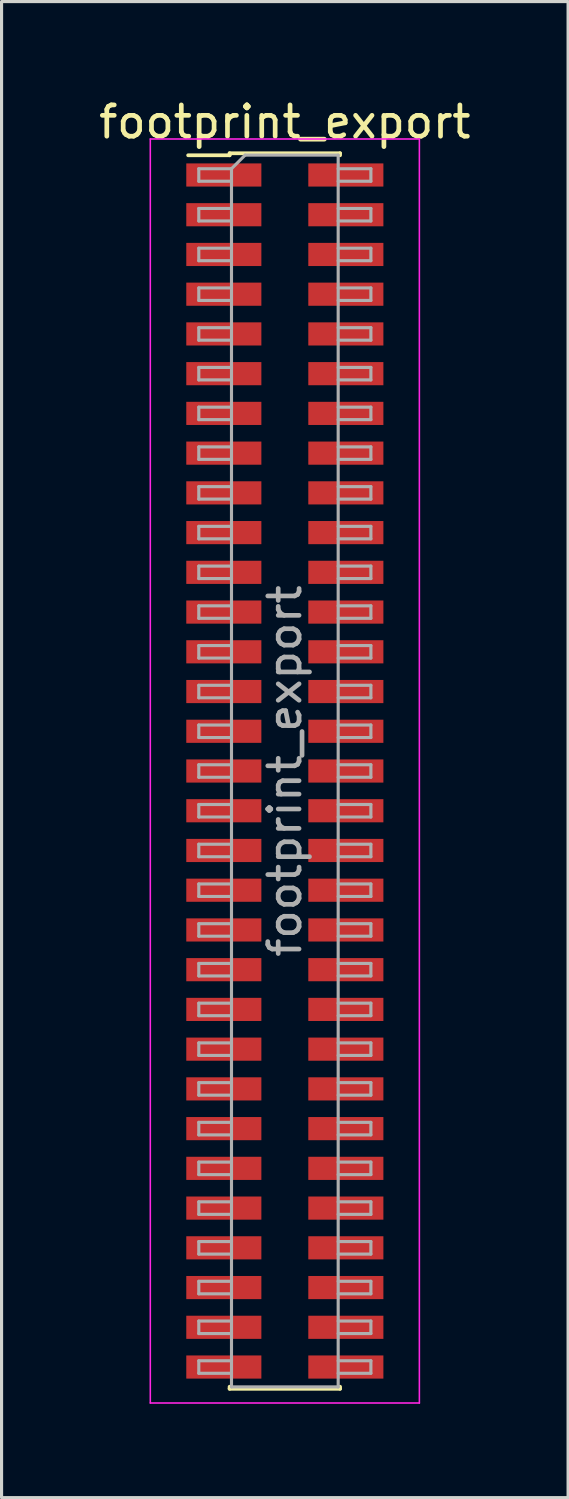
<source format=kicad_pcb>
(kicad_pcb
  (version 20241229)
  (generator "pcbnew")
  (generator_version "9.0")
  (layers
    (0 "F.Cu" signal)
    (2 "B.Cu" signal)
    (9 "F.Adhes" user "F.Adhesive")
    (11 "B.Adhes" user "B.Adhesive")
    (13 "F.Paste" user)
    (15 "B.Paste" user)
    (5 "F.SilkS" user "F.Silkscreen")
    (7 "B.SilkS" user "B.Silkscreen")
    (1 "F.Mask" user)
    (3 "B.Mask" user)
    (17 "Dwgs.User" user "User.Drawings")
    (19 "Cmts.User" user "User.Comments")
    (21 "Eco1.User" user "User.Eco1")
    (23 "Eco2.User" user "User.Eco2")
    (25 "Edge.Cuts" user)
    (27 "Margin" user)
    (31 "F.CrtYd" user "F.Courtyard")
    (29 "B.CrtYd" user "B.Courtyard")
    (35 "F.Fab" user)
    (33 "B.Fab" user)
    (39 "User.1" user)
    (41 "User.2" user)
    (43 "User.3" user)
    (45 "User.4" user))
  (footprint "footprint_export"
    (layer "F.Cu")
    (at 6.054 21.593)
    (property "Reference" "footprint_export" (at 0 -20.745 0) (layer "F.SilkS") (effects (font (size 1 1) (thickness 0.15))))
    (attr smd)
    (fp_line (start -3.09 -19.68) (end -1.765 -19.68) (stroke (width 0.12) (type solid)) (layer "F.SilkS"))
    (fp_line (start -1.765 -19.745) (end -1.765 -19.68) (stroke (width 0.12) (type solid)) (layer "F.SilkS"))
    (fp_line (start -1.765 -19.745) (end 1.765 -19.745) (stroke (width 0.12) (type solid)) (layer "F.SilkS"))
    (fp_line (start -1.765 19.68) (end -1.765 19.745) (stroke (width 0.12) (type solid)) (layer "F.SilkS"))
    (fp_line (start -1.765 19.745) (end 1.765 19.745) (stroke (width 0.12) (type solid)) (layer "F.SilkS"))
    (fp_line (start 1.765 -19.745) (end 1.765 -19.68) (stroke (width 0.12) (type solid)) (layer "F.SilkS"))
    (fp_line (start 1.765 19.68) (end 1.765 19.745) (stroke (width 0.12) (type solid)) (layer "F.SilkS"))
    (fp_line (start -4.3 -20.2) (end -4.3 20.2) (stroke (width 0.05) (type solid)) (layer "F.CrtYd"))
    (fp_line (start -4.3 20.2) (end 4.3 20.2) (stroke (width 0.05) (type solid)) (layer "F.CrtYd"))
    (fp_line (start 4.3 -20.2) (end -4.3 -20.2) (stroke (width 0.05) (type solid)) (layer "F.CrtYd"))
    (fp_line (start 4.3 20.2) (end 4.3 -20.2) (stroke (width 0.05) (type solid)) (layer "F.CrtYd"))
    (fp_line (start -2.75 -19.25) (end -2.75 -18.85) (stroke (width 0.1) (type solid)) (layer "F.Fab"))
    (fp_line (start -2.75 -18.85) (end -1.705 -18.85) (stroke (width 0.1) (type solid)) (layer "F.Fab"))
    (fp_line (start -2.75 -17.98) (end -2.75 -17.58) (stroke (width 0.1) (type solid)) (layer "F.Fab"))
    (fp_line (start -2.75 -17.58) (end -1.705 -17.58) (stroke (width 0.1) (type solid)) (layer "F.Fab"))
    (fp_line (start -2.75 -16.71) (end -2.75 -16.31) (stroke (width 0.1) (type solid)) (layer "F.Fab"))
    (fp_line (start -2.75 -16.31) (end -1.705 -16.31) (stroke (width 0.1) (type solid)) (layer "F.Fab"))
    (fp_line (start -2.75 -15.44) (end -2.75 -15.04) (stroke (width 0.1) (type solid)) (layer "F.Fab"))
    (fp_line (start -2.75 -15.04) (end -1.705 -15.04) (stroke (width 0.1) (type solid)) (layer "F.Fab"))
    (fp_line (start -2.75 -14.17) (end -2.75 -13.77) (stroke (width 0.1) (type solid)) (layer "F.Fab"))
    (fp_line (start -2.75 -13.77) (end -1.705 -13.77) (stroke (width 0.1) (type solid)) (layer "F.Fab"))
    (fp_line (start -2.75 -12.9) (end -2.75 -12.5) (stroke (width 0.1) (type solid)) (layer "F.Fab"))
    (fp_line (start -2.75 -12.5) (end -1.705 -12.5) (stroke (width 0.1) (type solid)) (layer "F.Fab"))
    (fp_line (start -2.75 -11.63) (end -2.75 -11.23) (stroke (width 0.1) (type solid)) (layer "F.Fab"))
    (fp_line (start -2.75 -11.23) (end -1.705 -11.23) (stroke (width 0.1) (type solid)) (layer "F.Fab"))
    (fp_line (start -2.75 -10.36) (end -2.75 -9.96) (stroke (width 0.1) (type solid)) (layer "F.Fab"))
    (fp_line (start -2.75 -9.96) (end -1.705 -9.96) (stroke (width 0.1) (type solid)) (layer "F.Fab"))
    (fp_line (start -2.75 -9.09) (end -2.75 -8.69) (stroke (width 0.1) (type solid)) (layer "F.Fab"))
    (fp_line (start -2.75 -8.69) (end -1.705 -8.69) (stroke (width 0.1) (type solid)) (layer "F.Fab"))
    (fp_line (start -2.75 -7.82) (end -2.75 -7.42) (stroke (width 0.1) (type solid)) (layer "F.Fab"))
    (fp_line (start -2.75 -7.42) (end -1.705 -7.42) (stroke (width 0.1) (type solid)) (layer "F.Fab"))
    (fp_line (start -2.75 -6.55) (end -2.75 -6.15) (stroke (width 0.1) (type solid)) (layer "F.Fab"))
    (fp_line (start -2.75 -6.15) (end -1.705 -6.15) (stroke (width 0.1) (type solid)) (layer "F.Fab"))
    (fp_line (start -2.75 -5.28) (end -2.75 -4.88) (stroke (width 0.1) (type solid)) (layer "F.Fab"))
    (fp_line (start -2.75 -4.88) (end -1.705 -4.88) (stroke (width 0.1) (type solid)) (layer "F.Fab"))
    (fp_line (start -2.75 -4.01) (end -2.75 -3.61) (stroke (width 0.1) (type solid)) (layer "F.Fab"))
    (fp_line (start -2.75 -3.61) (end -1.705 -3.61) (stroke (width 0.1) (type solid)) (layer "F.Fab"))
    (fp_line (start -2.75 -2.74) (end -2.75 -2.34) (stroke (width 0.1) (type solid)) (layer "F.Fab"))
    (fp_line (start -2.75 -2.34) (end -1.705 -2.34) (stroke (width 0.1) (type solid)) (layer "F.Fab"))
    (fp_line (start -2.75 -1.47) (end -2.75 -1.07) (stroke (width 0.1) (type solid)) (layer "F.Fab"))
    (fp_line (start -2.75 -1.07) (end -1.705 -1.07) (stroke (width 0.1) (type solid)) (layer "F.Fab"))
    (fp_line (start -2.75 -0.2) (end -2.75 0.2) (stroke (width 0.1) (type solid)) (layer "F.Fab"))
    (fp_line (start -2.75 0.2) (end -1.705 0.2) (stroke (width 0.1) (type solid)) (layer "F.Fab"))
    (fp_line (start -2.75 1.07) (end -2.75 1.47) (stroke (width 0.1) (type solid)) (layer "F.Fab"))
    (fp_line (start -2.75 1.47) (end -1.705 1.47) (stroke (width 0.1) (type solid)) (layer "F.Fab"))
    (fp_line (start -2.75 2.34) (end -2.75 2.74) (stroke (width 0.1) (type solid)) (layer "F.Fab"))
    (fp_line (start -2.75 2.74) (end -1.705 2.74) (stroke (width 0.1) (type solid)) (layer "F.Fab"))
    (fp_line (start -2.75 3.61) (end -2.75 4.01) (stroke (width 0.1) (type solid)) (layer "F.Fab"))
    (fp_line (start -2.75 4.01) (end -1.705 4.01) (stroke (width 0.1) (type solid)) (layer "F.Fab"))
    (fp_line (start -2.75 4.88) (end -2.75 5.28) (stroke (width 0.1) (type solid)) (layer "F.Fab"))
    (fp_line (start -2.75 5.28) (end -1.705 5.28) (stroke (width 0.1) (type solid)) (layer "F.Fab"))
    (fp_line (start -2.75 6.15) (end -2.75 6.55) (stroke (width 0.1) (type solid)) (layer "F.Fab"))
    (fp_line (start -2.75 6.55) (end -1.705 6.55) (stroke (width 0.1) (type solid)) (layer "F.Fab"))
    (fp_line (start -2.75 7.42) (end -2.75 7.82) (stroke (width 0.1) (type solid)) (layer "F.Fab"))
    (fp_line (start -2.75 7.82) (end -1.705 7.82) (stroke (width 0.1) (type solid)) (layer "F.Fab"))
    (fp_line (start -2.75 8.69) (end -2.75 9.09) (stroke (width 0.1) (type solid)) (layer "F.Fab"))
    (fp_line (start -2.75 9.09) (end -1.705 9.09) (stroke (width 0.1) (type solid)) (layer "F.Fab"))
    (fp_line (start -2.75 9.96) (end -2.75 10.36) (stroke (width 0.1) (type solid)) (layer "F.Fab"))
    (fp_line (start -2.75 10.36) (end -1.705 10.36) (stroke (width 0.1) (type solid)) (layer "F.Fab"))
    (fp_line (start -2.75 11.23) (end -2.75 11.63) (stroke (width 0.1) (type solid)) (layer "F.Fab"))
    (fp_line (start -2.75 11.63) (end -1.705 11.63) (stroke (width 0.1) (type solid)) (layer "F.Fab"))
    (fp_line (start -2.75 12.5) (end -2.75 12.9) (stroke (width 0.1) (type solid)) (layer "F.Fab"))
    (fp_line (start -2.75 12.9) (end -1.705 12.9) (stroke (width 0.1) (type solid)) (layer "F.Fab"))
    (fp_line (start -2.75 13.77) (end -2.75 14.17) (stroke (width 0.1) (type solid)) (layer "F.Fab"))
    (fp_line (start -2.75 14.17) (end -1.705 14.17) (stroke (width 0.1) (type solid)) (layer "F.Fab"))
    (fp_line (start -2.75 15.04) (end -2.75 15.44) (stroke (width 0.1) (type solid)) (layer "F.Fab"))
    (fp_line (start -2.75 15.44) (end -1.705 15.44) (stroke (width 0.1) (type solid)) (layer "F.Fab"))
    (fp_line (start -2.75 16.31) (end -2.75 16.71) (stroke (width 0.1) (type solid)) (layer "F.Fab"))
    (fp_line (start -2.75 16.71) (end -1.705 16.71) (stroke (width 0.1) (type solid)) (layer "F.Fab"))
    (fp_line (start -2.75 17.58) (end -2.75 17.98) (stroke (width 0.1) (type solid)) (layer "F.Fab"))
    (fp_line (start -2.75 17.98) (end -1.705 17.98) (stroke (width 0.1) (type solid)) (layer "F.Fab"))
    (fp_line (start -2.75 18.85) (end -2.75 19.25) (stroke (width 0.1) (type solid)) (layer "F.Fab"))
    (fp_line (start -2.75 19.25) (end -1.705 19.25) (stroke (width 0.1) (type solid)) (layer "F.Fab"))
    (fp_line (start -1.705 -19.25) (end -2.75 -19.25) (stroke (width 0.1) (type solid)) (layer "F.Fab"))
    (fp_line (start -1.705 -19.25) (end -1.27 -19.685) (stroke (width 0.1) (type solid)) (layer "F.Fab"))
    (fp_line (start -1.705 -17.98) (end -2.75 -17.98) (stroke (width 0.1) (type solid)) (layer "F.Fab"))
    (fp_line (start -1.705 -16.71) (end -2.75 -16.71) (stroke (width 0.1) (type solid)) (layer "F.Fab"))
    (fp_line (start -1.705 -15.44) (end -2.75 -15.44) (stroke (width 0.1) (type solid)) (layer "F.Fab"))
    (fp_line (start -1.705 -14.17) (end -2.75 -14.17) (stroke (width 0.1) (type solid)) (layer "F.Fab"))
    (fp_line (start -1.705 -12.9) (end -2.75 -12.9) (stroke (width 0.1) (type solid)) (layer "F.Fab"))
    (fp_line (start -1.705 -11.63) (end -2.75 -11.63) (stroke (width 0.1) (type solid)) (layer "F.Fab"))
    (fp_line (start -1.705 -10.36) (end -2.75 -10.36) (stroke (width 0.1) (type solid)) (layer "F.Fab"))
    (fp_line (start -1.705 -9.09) (end -2.75 -9.09) (stroke (width 0.1) (type solid)) (layer "F.Fab"))
    (fp_line (start -1.705 -7.82) (end -2.75 -7.82) (stroke (width 0.1) (type solid)) (layer "F.Fab"))
    (fp_line (start -1.705 -6.55) (end -2.75 -6.55) (stroke (width 0.1) (type solid)) (layer "F.Fab"))
    (fp_line (start -1.705 -5.28) (end -2.75 -5.28) (stroke (width 0.1) (type solid)) (layer "F.Fab"))
    (fp_line (start -1.705 -4.01) (end -2.75 -4.01) (stroke (width 0.1) (type solid)) (layer "F.Fab"))
    (fp_line (start -1.705 -2.74) (end -2.75 -2.74) (stroke (width 0.1) (type solid)) (layer "F.Fab"))
    (fp_line (start -1.705 -1.47) (end -2.75 -1.47) (stroke (width 0.1) (type solid)) (layer "F.Fab"))
    (fp_line (start -1.705 -0.2) (end -2.75 -0.2) (stroke (width 0.1) (type solid)) (layer "F.Fab"))
    (fp_line (start -1.705 1.07) (end -2.75 1.07) (stroke (width 0.1) (type solid)) (layer "F.Fab"))
    (fp_line (start -1.705 2.34) (end -2.75 2.34) (stroke (width 0.1) (type solid)) (layer "F.Fab"))
    (fp_line (start -1.705 3.61) (end -2.75 3.61) (stroke (width 0.1) (type solid)) (layer "F.Fab"))
    (fp_line (start -1.705 4.88) (end -2.75 4.88) (stroke (width 0.1) (type solid)) (layer "F.Fab"))
    (fp_line (start -1.705 6.15) (end -2.75 6.15) (stroke (width 0.1) (type solid)) (layer "F.Fab"))
    (fp_line (start -1.705 7.42) (end -2.75 7.42) (stroke (width 0.1) (type solid)) (layer "F.Fab"))
    (fp_line (start -1.705 8.69) (end -2.75 8.69) (stroke (width 0.1) (type solid)) (layer "F.Fab"))
    (fp_line (start -1.705 9.96) (end -2.75 9.96) (stroke (width 0.1) (type solid)) (layer "F.Fab"))
    (fp_line (start -1.705 11.23) (end -2.75 11.23) (stroke (width 0.1) (type solid)) (layer "F.Fab"))
    (fp_line (start -1.705 12.5) (end -2.75 12.5) (stroke (width 0.1) (type solid)) (layer "F.Fab"))
    (fp_line (start -1.705 13.77) (end -2.75 13.77) (stroke (width 0.1) (type solid)) (layer "F.Fab"))
    (fp_line (start -1.705 15.04) (end -2.75 15.04) (stroke (width 0.1) (type solid)) (layer "F.Fab"))
    (fp_line (start -1.705 16.31) (end -2.75 16.31) (stroke (width 0.1) (type solid)) (layer "F.Fab"))
    (fp_line (start -1.705 17.58) (end -2.75 17.58) (stroke (width 0.1) (type solid)) (layer "F.Fab"))
    (fp_line (start -1.705 18.85) (end -2.75 18.85) (stroke (width 0.1) (type solid)) (layer "F.Fab"))
    (fp_line (start -1.705 19.685) (end -1.705 -19.25) (stroke (width 0.1) (type solid)) (layer "F.Fab"))
    (fp_line (start -1.27 -19.685) (end 1.705 -19.685) (stroke (width 0.1) (type solid)) (layer "F.Fab"))
    (fp_line (start 1.705 -19.685) (end 1.705 19.685) (stroke (width 0.1) (type solid)) (layer "F.Fab"))
    (fp_line (start 1.705 -19.25) (end 2.75 -19.25) (stroke (width 0.1) (type solid)) (layer "F.Fab"))
    (fp_line (start 1.705 -17.98) (end 2.75 -17.98) (stroke (width 0.1) (type solid)) (layer "F.Fab"))
    (fp_line (start 1.705 -16.71) (end 2.75 -16.71) (stroke (width 0.1) (type solid)) (layer "F.Fab"))
    (fp_line (start 1.705 -15.44) (end 2.75 -15.44) (stroke (width 0.1) (type solid)) (layer "F.Fab"))
    (fp_line (start 1.705 -14.17) (end 2.75 -14.17) (stroke (width 0.1) (type solid)) (layer "F.Fab"))
    (fp_line (start 1.705 -12.9) (end 2.75 -12.9) (stroke (width 0.1) (type solid)) (layer "F.Fab"))
    (fp_line (start 1.705 -11.63) (end 2.75 -11.63) (stroke (width 0.1) (type solid)) (layer "F.Fab"))
    (fp_line (start 1.705 -10.36) (end 2.75 -10.36) (stroke (width 0.1) (type solid)) (layer "F.Fab"))
    (fp_line (start 1.705 -9.09) (end 2.75 -9.09) (stroke (width 0.1) (type solid)) (layer "F.Fab"))
    (fp_line (start 1.705 -7.82) (end 2.75 -7.82) (stroke (width 0.1) (type solid)) (layer "F.Fab"))
    (fp_line (start 1.705 -6.55) (end 2.75 -6.55) (stroke (width 0.1) (type solid)) (layer "F.Fab"))
    (fp_line (start 1.705 -5.28) (end 2.75 -5.28) (stroke (width 0.1) (type solid)) (layer "F.Fab"))
    (fp_line (start 1.705 -4.01) (end 2.75 -4.01) (stroke (width 0.1) (type solid)) (layer "F.Fab"))
    (fp_line (start 1.705 -2.74) (end 2.75 -2.74) (stroke (width 0.1) (type solid)) (layer "F.Fab"))
    (fp_line (start 1.705 -1.47) (end 2.75 -1.47) (stroke (width 0.1) (type solid)) (layer "F.Fab"))
    (fp_line (start 1.705 -0.2) (end 2.75 -0.2) (stroke (width 0.1) (type solid)) (layer "F.Fab"))
    (fp_line (start 1.705 1.07) (end 2.75 1.07) (stroke (width 0.1) (type solid)) (layer "F.Fab"))
    (fp_line (start 1.705 2.34) (end 2.75 2.34) (stroke (width 0.1) (type solid)) (layer "F.Fab"))
    (fp_line (start 1.705 3.61) (end 2.75 3.61) (stroke (width 0.1) (type solid)) (layer "F.Fab"))
    (fp_line (start 1.705 4.88) (end 2.75 4.88) (stroke (width 0.1) (type solid)) (layer "F.Fab"))
    (fp_line (start 1.705 6.15) (end 2.75 6.15) (stroke (width 0.1) (type solid)) (layer "F.Fab"))
    (fp_line (start 1.705 7.42) (end 2.75 7.42) (stroke (width 0.1) (type solid)) (layer "F.Fab"))
    (fp_line (start 1.705 8.69) (end 2.75 8.69) (stroke (width 0.1) (type solid)) (layer "F.Fab"))
    (fp_line (start 1.705 9.96) (end 2.75 9.96) (stroke (width 0.1) (type solid)) (layer "F.Fab"))
    (fp_line (start 1.705 11.23) (end 2.75 11.23) (stroke (width 0.1) (type solid)) (layer "F.Fab"))
    (fp_line (start 1.705 12.5) (end 2.75 12.5) (stroke (width 0.1) (type solid)) (layer "F.Fab"))
    (fp_line (start 1.705 13.77) (end 2.75 13.77) (stroke (width 0.1) (type solid)) (layer "F.Fab"))
    (fp_line (start 1.705 15.04) (end 2.75 15.04) (stroke (width 0.1) (type solid)) (layer "F.Fab"))
    (fp_line (start 1.705 16.31) (end 2.75 16.31) (stroke (width 0.1) (type solid)) (layer "F.Fab"))
    (fp_line (start 1.705 17.58) (end 2.75 17.58) (stroke (width 0.1) (type solid)) (layer "F.Fab"))
    (fp_line (start 1.705 18.85) (end 2.75 18.85) (stroke (width 0.1) (type solid)) (layer "F.Fab"))
    (fp_line (start 1.705 19.685) (end -1.705 19.685) (stroke (width 0.1) (type solid)) (layer "F.Fab"))
    (fp_line (start 2.75 -19.25) (end 2.75 -18.85) (stroke (width 0.1) (type solid)) (layer "F.Fab"))
    (fp_line (start 2.75 -18.85) (end 1.705 -18.85) (stroke (width 0.1) (type solid)) (layer "F.Fab"))
    (fp_line (start 2.75 -17.98) (end 2.75 -17.58) (stroke (width 0.1) (type solid)) (layer "F.Fab"))
    (fp_line (start 2.75 -17.58) (end 1.705 -17.58) (stroke (width 0.1) (type solid)) (layer "F.Fab"))
    (fp_line (start 2.75 -16.71) (end 2.75 -16.31) (stroke (width 0.1) (type solid)) (layer "F.Fab"))
    (fp_line (start 2.75 -16.31) (end 1.705 -16.31) (stroke (width 0.1) (type solid)) (layer "F.Fab"))
    (fp_line (start 2.75 -15.44) (end 2.75 -15.04) (stroke (width 0.1) (type solid)) (layer "F.Fab"))
    (fp_line (start 2.75 -15.04) (end 1.705 -15.04) (stroke (width 0.1) (type solid)) (layer "F.Fab"))
    (fp_line (start 2.75 -14.17) (end 2.75 -13.77) (stroke (width 0.1) (type solid)) (layer "F.Fab"))
    (fp_line (start 2.75 -13.77) (end 1.705 -13.77) (stroke (width 0.1) (type solid)) (layer "F.Fab"))
    (fp_line (start 2.75 -12.9) (end 2.75 -12.5) (stroke (width 0.1) (type solid)) (layer "F.Fab"))
    (fp_line (start 2.75 -12.5) (end 1.705 -12.5) (stroke (width 0.1) (type solid)) (layer "F.Fab"))
    (fp_line (start 2.75 -11.63) (end 2.75 -11.23) (stroke (width 0.1) (type solid)) (layer "F.Fab"))
    (fp_line (start 2.75 -11.23) (end 1.705 -11.23) (stroke (width 0.1) (type solid)) (layer "F.Fab"))
    (fp_line (start 2.75 -10.36) (end 2.75 -9.96) (stroke (width 0.1) (type solid)) (layer "F.Fab"))
    (fp_line (start 2.75 -9.96) (end 1.705 -9.96) (stroke (width 0.1) (type solid)) (layer "F.Fab"))
    (fp_line (start 2.75 -9.09) (end 2.75 -8.69) (stroke (width 0.1) (type solid)) (layer "F.Fab"))
    (fp_line (start 2.75 -8.69) (end 1.705 -8.69) (stroke (width 0.1) (type solid)) (layer "F.Fab"))
    (fp_line (start 2.75 -7.82) (end 2.75 -7.42) (stroke (width 0.1) (type solid)) (layer "F.Fab"))
    (fp_line (start 2.75 -7.42) (end 1.705 -7.42) (stroke (width 0.1) (type solid)) (layer "F.Fab"))
    (fp_line (start 2.75 -6.55) (end 2.75 -6.15) (stroke (width 0.1) (type solid)) (layer "F.Fab"))
    (fp_line (start 2.75 -6.15) (end 1.705 -6.15) (stroke (width 0.1) (type solid)) (layer "F.Fab"))
    (fp_line (start 2.75 -5.28) (end 2.75 -4.88) (stroke (width 0.1) (type solid)) (layer "F.Fab"))
    (fp_line (start 2.75 -4.88) (end 1.705 -4.88) (stroke (width 0.1) (type solid)) (layer "F.Fab"))
    (fp_line (start 2.75 -4.01) (end 2.75 -3.61) (stroke (width 0.1) (type solid)) (layer "F.Fab"))
    (fp_line (start 2.75 -3.61) (end 1.705 -3.61) (stroke (width 0.1) (type solid)) (layer "F.Fab"))
    (fp_line (start 2.75 -2.74) (end 2.75 -2.34) (stroke (width 0.1) (type solid)) (layer "F.Fab"))
    (fp_line (start 2.75 -2.34) (end 1.705 -2.34) (stroke (width 0.1) (type solid)) (layer "F.Fab"))
    (fp_line (start 2.75 -1.47) (end 2.75 -1.07) (stroke (width 0.1) (type solid)) (layer "F.Fab"))
    (fp_line (start 2.75 -1.07) (end 1.705 -1.07) (stroke (width 0.1) (type solid)) (layer "F.Fab"))
    (fp_line (start 2.75 -0.2) (end 2.75 0.2) (stroke (width 0.1) (type solid)) (layer "F.Fab"))
    (fp_line (start 2.75 0.2) (end 1.705 0.2) (stroke (width 0.1) (type solid)) (layer "F.Fab"))
    (fp_line (start 2.75 1.07) (end 2.75 1.47) (stroke (width 0.1) (type solid)) (layer "F.Fab"))
    (fp_line (start 2.75 1.47) (end 1.705 1.47) (stroke (width 0.1) (type solid)) (layer "F.Fab"))
    (fp_line (start 2.75 2.34) (end 2.75 2.74) (stroke (width 0.1) (type solid)) (layer "F.Fab"))
    (fp_line (start 2.75 2.74) (end 1.705 2.74) (stroke (width 0.1) (type solid)) (layer "F.Fab"))
    (fp_line (start 2.75 3.61) (end 2.75 4.01) (stroke (width 0.1) (type solid)) (layer "F.Fab"))
    (fp_line (start 2.75 4.01) (end 1.705 4.01) (stroke (width 0.1) (type solid)) (layer "F.Fab"))
    (fp_line (start 2.75 4.88) (end 2.75 5.28) (stroke (width 0.1) (type solid)) (layer "F.Fab"))
    (fp_line (start 2.75 5.28) (end 1.705 5.28) (stroke (width 0.1) (type solid)) (layer "F.Fab"))
    (fp_line (start 2.75 6.15) (end 2.75 6.55) (stroke (width 0.1) (type solid)) (layer "F.Fab"))
    (fp_line (start 2.75 6.55) (end 1.705 6.55) (stroke (width 0.1) (type solid)) (layer "F.Fab"))
    (fp_line (start 2.75 7.42) (end 2.75 7.82) (stroke (width 0.1) (type solid)) (layer "F.Fab"))
    (fp_line (start 2.75 7.82) (end 1.705 7.82) (stroke (width 0.1) (type solid)) (layer "F.Fab"))
    (fp_line (start 2.75 8.69) (end 2.75 9.09) (stroke (width 0.1) (type solid)) (layer "F.Fab"))
    (fp_line (start 2.75 9.09) (end 1.705 9.09) (stroke (width 0.1) (type solid)) (layer "F.Fab"))
    (fp_line (start 2.75 9.96) (end 2.75 10.36) (stroke (width 0.1) (type solid)) (layer "F.Fab"))
    (fp_line (start 2.75 10.36) (end 1.705 10.36) (stroke (width 0.1) (type solid)) (layer "F.Fab"))
    (fp_line (start 2.75 11.23) (end 2.75 11.63) (stroke (width 0.1) (type solid)) (layer "F.Fab"))
    (fp_line (start 2.75 11.63) (end 1.705 11.63) (stroke (width 0.1) (type solid)) (layer "F.Fab"))
    (fp_line (start 2.75 12.5) (end 2.75 12.9) (stroke (width 0.1) (type solid)) (layer "F.Fab"))
    (fp_line (start 2.75 12.9) (end 1.705 12.9) (stroke (width 0.1) (type solid)) (layer "F.Fab"))
    (fp_line (start 2.75 13.77) (end 2.75 14.17) (stroke (width 0.1) (type solid)) (layer "F.Fab"))
    (fp_line (start 2.75 14.17) (end 1.705 14.17) (stroke (width 0.1) (type solid)) (layer "F.Fab"))
    (fp_line (start 2.75 15.04) (end 2.75 15.44) (stroke (width 0.1) (type solid)) (layer "F.Fab"))
    (fp_line (start 2.75 15.44) (end 1.705 15.44) (stroke (width 0.1) (type solid)) (layer "F.Fab"))
    (fp_line (start 2.75 16.31) (end 2.75 16.71) (stroke (width 0.1) (type solid)) (layer "F.Fab"))
    (fp_line (start 2.75 16.71) (end 1.705 16.71) (stroke (width 0.1) (type solid)) (layer "F.Fab"))
    (fp_line (start 2.75 17.58) (end 2.75 17.98) (stroke (width 0.1) (type solid)) (layer "F.Fab"))
    (fp_line (start 2.75 17.98) (end 1.705 17.98) (stroke (width 0.1) (type solid)) (layer "F.Fab"))
    (fp_line (start 2.75 18.85) (end 2.75 19.25) (stroke (width 0.1) (type solid)) (layer "F.Fab"))
    (fp_line (start 2.75 19.25) (end 1.705 19.25) (stroke (width 0.1) (type solid)) (layer "F.Fab"))
    (fp_text user "${REFERENCE}" (at 0 0 90) (layer "F.Fab") (effects (font (size 1 1) (thickness 0.15))))
    (pad "1" smd rect (at -1.95 -19.05) (size 2.4 0.74) (layers "F.Cu" "F.Mask" "F.Paste"))
    (pad "2" smd rect (at 1.95 -19.05) (size 2.4 0.74) (layers "F.Cu" "F.Mask" "F.Paste"))
    (pad "3" smd rect (at -1.95 -17.78) (size 2.4 0.74) (layers "F.Cu" "F.Mask" "F.Paste"))
    (pad "4" smd rect (at 1.95 -17.78) (size 2.4 0.74) (layers "F.Cu" "F.Mask" "F.Paste"))
    (pad "5" smd rect (at -1.95 -16.51) (size 2.4 0.74) (layers "F.Cu" "F.Mask" "F.Paste"))
    (pad "6" smd rect (at 1.95 -16.51) (size 2.4 0.74) (layers "F.Cu" "F.Mask" "F.Paste"))
    (pad "7" smd rect (at -1.95 -15.24) (size 2.4 0.74) (layers "F.Cu" "F.Mask" "F.Paste"))
    (pad "8" smd rect (at 1.95 -15.24) (size 2.4 0.74) (layers "F.Cu" "F.Mask" "F.Paste"))
    (pad "9" smd rect (at -1.95 -13.97) (size 2.4 0.74) (layers "F.Cu" "F.Mask" "F.Paste"))
    (pad "10" smd rect (at 1.95 -13.97) (size 2.4 0.74) (layers "F.Cu" "F.Mask" "F.Paste"))
    (pad "11" smd rect (at -1.95 -12.7) (size 2.4 0.74) (layers "F.Cu" "F.Mask" "F.Paste"))
    (pad "12" smd rect (at 1.95 -12.7) (size 2.4 0.74) (layers "F.Cu" "F.Mask" "F.Paste"))
    (pad "13" smd rect (at -1.95 -11.43) (size 2.4 0.74) (layers "F.Cu" "F.Mask" "F.Paste"))
    (pad "14" smd rect (at 1.95 -11.43) (size 2.4 0.74) (layers "F.Cu" "F.Mask" "F.Paste"))
    (pad "15" smd rect (at -1.95 -10.16) (size 2.4 0.74) (layers "F.Cu" "F.Mask" "F.Paste"))
    (pad "16" smd rect (at 1.95 -10.16) (size 2.4 0.74) (layers "F.Cu" "F.Mask" "F.Paste"))
    (pad "17" smd rect (at -1.95 -8.89) (size 2.4 0.74) (layers "F.Cu" "F.Mask" "F.Paste"))
    (pad "18" smd rect (at 1.95 -8.89) (size 2.4 0.74) (layers "F.Cu" "F.Mask" "F.Paste"))
    (pad "19" smd rect (at -1.95 -7.62) (size 2.4 0.74) (layers "F.Cu" "F.Mask" "F.Paste"))
    (pad "20" smd rect (at 1.95 -7.62) (size 2.4 0.74) (layers "F.Cu" "F.Mask" "F.Paste"))
    (pad "21" smd rect (at -1.95 -6.35) (size 2.4 0.74) (layers "F.Cu" "F.Mask" "F.Paste"))
    (pad "22" smd rect (at 1.95 -6.35) (size 2.4 0.74) (layers "F.Cu" "F.Mask" "F.Paste"))
    (pad "23" smd rect (at -1.95 -5.08) (size 2.4 0.74) (layers "F.Cu" "F.Mask" "F.Paste"))
    (pad "24" smd rect (at 1.95 -5.08) (size 2.4 0.74) (layers "F.Cu" "F.Mask" "F.Paste"))
    (pad "25" smd rect (at -1.95 -3.81) (size 2.4 0.74) (layers "F.Cu" "F.Mask" "F.Paste"))
    (pad "26" smd rect (at 1.95 -3.81) (size 2.4 0.74) (layers "F.Cu" "F.Mask" "F.Paste"))
    (pad "27" smd rect (at -1.95 -2.54) (size 2.4 0.74) (layers "F.Cu" "F.Mask" "F.Paste"))
    (pad "28" smd rect (at 1.95 -2.54) (size 2.4 0.74) (layers "F.Cu" "F.Mask" "F.Paste"))
    (pad "29" smd rect (at -1.95 -1.27) (size 2.4 0.74) (layers "F.Cu" "F.Mask" "F.Paste"))
    (pad "30" smd rect (at 1.95 -1.27) (size 2.4 0.74) (layers "F.Cu" "F.Mask" "F.Paste"))
    (pad "31" smd rect (at -1.95 0) (size 2.4 0.74) (layers "F.Cu" "F.Mask" "F.Paste"))
    (pad "32" smd rect (at 1.95 0) (size 2.4 0.74) (layers "F.Cu" "F.Mask" "F.Paste"))
    (pad "33" smd rect (at -1.95 1.27) (size 2.4 0.74) (layers "F.Cu" "F.Mask" "F.Paste"))
    (pad "34" smd rect (at 1.95 1.27) (size 2.4 0.74) (layers "F.Cu" "F.Mask" "F.Paste"))
    (pad "35" smd rect (at -1.95 2.54) (size 2.4 0.74) (layers "F.Cu" "F.Mask" "F.Paste"))
    (pad "36" smd rect (at 1.95 2.54) (size 2.4 0.74) (layers "F.Cu" "F.Mask" "F.Paste"))
    (pad "37" smd rect (at -1.95 3.81) (size 2.4 0.74) (layers "F.Cu" "F.Mask" "F.Paste"))
    (pad "38" smd rect (at 1.95 3.81) (size 2.4 0.74) (layers "F.Cu" "F.Mask" "F.Paste"))
    (pad "39" smd rect (at -1.95 5.08) (size 2.4 0.74) (layers "F.Cu" "F.Mask" "F.Paste"))
    (pad "40" smd rect (at 1.95 5.08) (size 2.4 0.74) (layers "F.Cu" "F.Mask" "F.Paste"))
    (pad "41" smd rect (at -1.95 6.35) (size 2.4 0.74) (layers "F.Cu" "F.Mask" "F.Paste"))
    (pad "42" smd rect (at 1.95 6.35) (size 2.4 0.74) (layers "F.Cu" "F.Mask" "F.Paste"))
    (pad "43" smd rect (at -1.95 7.62) (size 2.4 0.74) (layers "F.Cu" "F.Mask" "F.Paste"))
    (pad "44" smd rect (at 1.95 7.62) (size 2.4 0.74) (layers "F.Cu" "F.Mask" "F.Paste"))
    (pad "45" smd rect (at -1.95 8.89) (size 2.4 0.74) (layers "F.Cu" "F.Mask" "F.Paste"))
    (pad "46" smd rect (at 1.95 8.89) (size 2.4 0.74) (layers "F.Cu" "F.Mask" "F.Paste"))
    (pad "47" smd rect (at -1.95 10.16) (size 2.4 0.74) (layers "F.Cu" "F.Mask" "F.Paste"))
    (pad "48" smd rect (at 1.95 10.16) (size 2.4 0.74) (layers "F.Cu" "F.Mask" "F.Paste"))
    (pad "49" smd rect (at -1.95 11.43) (size 2.4 0.74) (layers "F.Cu" "F.Mask" "F.Paste"))
    (pad "50" smd rect (at 1.95 11.43) (size 2.4 0.74) (layers "F.Cu" "F.Mask" "F.Paste"))
    (pad "51" smd rect (at -1.95 12.7) (size 2.4 0.74) (layers "F.Cu" "F.Mask" "F.Paste"))
    (pad "52" smd rect (at 1.95 12.7) (size 2.4 0.74) (layers "F.Cu" "F.Mask" "F.Paste"))
    (pad "53" smd rect (at -1.95 13.97) (size 2.4 0.74) (layers "F.Cu" "F.Mask" "F.Paste"))
    (pad "54" smd rect (at 1.95 13.97) (size 2.4 0.74) (layers "F.Cu" "F.Mask" "F.Paste"))
    (pad "55" smd rect (at -1.95 15.24) (size 2.4 0.74) (layers "F.Cu" "F.Mask" "F.Paste"))
    (pad "56" smd rect (at 1.95 15.24) (size 2.4 0.74) (layers "F.Cu" "F.Mask" "F.Paste"))
    (pad "57" smd rect (at -1.95 16.51) (size 2.4 0.74) (layers "F.Cu" "F.Mask" "F.Paste"))
    (pad "58" smd rect (at 1.95 16.51) (size 2.4 0.74) (layers "F.Cu" "F.Mask" "F.Paste"))
    (pad "59" smd rect (at -1.95 17.78) (size 2.4 0.74) (layers "F.Cu" "F.Mask" "F.Paste"))
    (pad "60" smd rect (at 1.95 17.78) (size 2.4 0.74) (layers "F.Cu" "F.Mask" "F.Paste"))
    (pad "61" smd rect (at -1.95 19.05) (size 2.4 0.74) (layers "F.Cu" "F.Mask" "F.Paste"))
    (pad "62" smd rect (at 1.95 19.05) (size 2.4 0.74) (layers "F.Cu" "F.Mask" "F.Paste")))
  (gr_rect
    (start -3 -3)
    (end 15.107 44.818)
    (stroke (width 0.1) (type default))
    (fill no)
    (layer "Edge.Cuts")))
</source>
